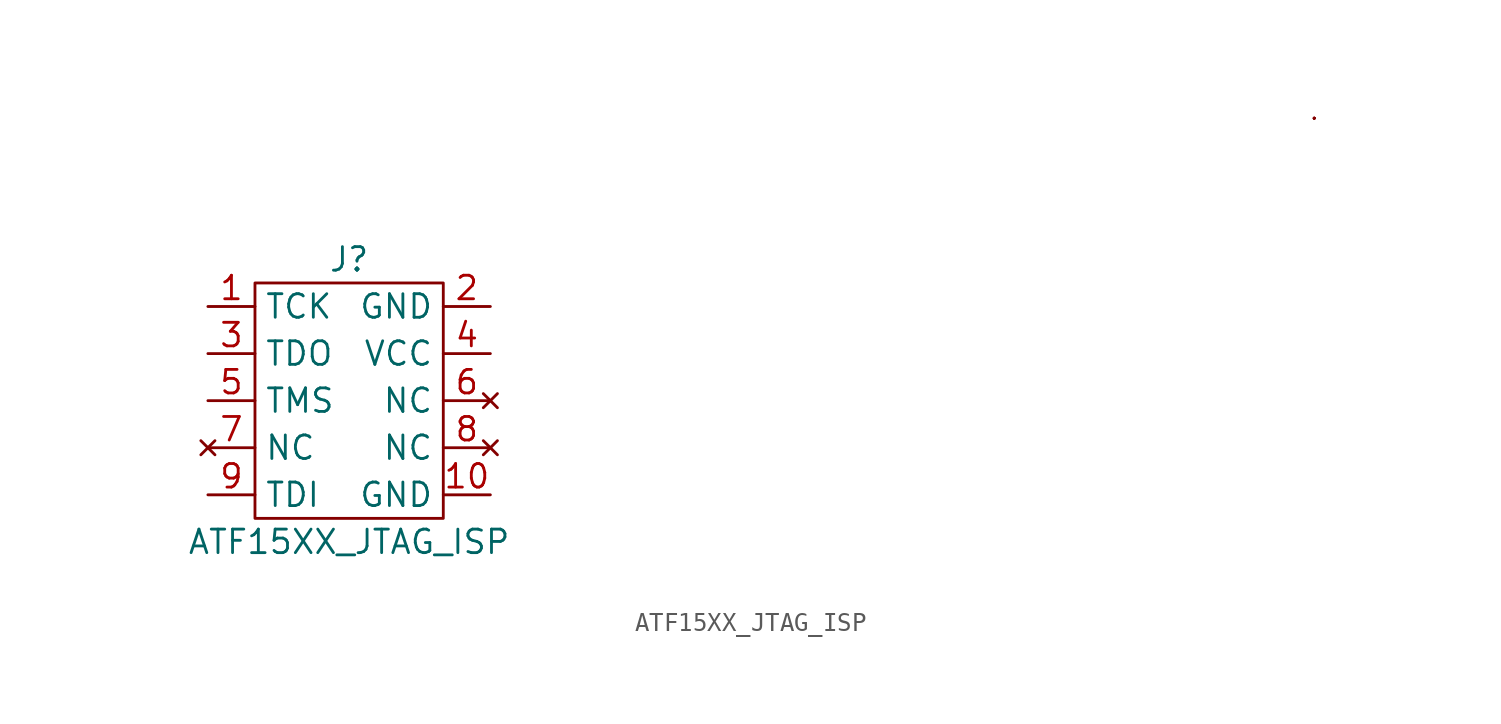
<source format=kicad_sym>
(kicad_symbol_lib
  (version 20211014)
  (generator kicad_symbol_editor)
  (symbol "ATF15XX_JTAG_ISP"
    (property "Reference" "J"
      (at 0 7.62 0)
      (effects (font (size 1.27 1.27))))
    (property "Value" "ATF15XX_JTAG_ISP"
      (at 0 -7.62 0)
      (effects (font (size 1.27 1.27))))
    (symbol "ATF15XX_JTAG_ISP_0_1"
      (rectangle (start -5.08 6.35) (end 5.08 -6.35) (stroke (width 0) (type default) (color 0 0 0 0)) (fill (type none)))
      (rectangle (start 52.07 15.24) (end 52.07 15.24) (stroke (width 0) (type default) (color 0 0 0 0)) (fill (type none)))
      (rectangle (start 52.07 15.24) (end 52.07 15.24) (stroke (width 0) (type default) (color 0 0 0 0)) (fill (type none)))
      (rectangle (start 52.07 15.24) (end 52.07 15.24) (stroke (width 0) (type default) (color 0 0 0 0)) (fill (type none)))
      (rectangle (start 52.07 15.24) (end 52.07 15.24) (stroke (width 0) (type default) (color 0 0 0 0)) (fill (type none)))
      (rectangle (start 52.07 15.24) (end 52.07 15.24) (stroke (width 0) (type default) (color 0 0 0 0)) (fill (type none)))
      (rectangle (start 52.07 15.24) (end 52.07 15.24) (stroke (width 0) (type default) (color 0 0 0 0)) (fill (type none))))
    (symbol "ATF15XX_JTAG_ISP_1_1"
      (pin output line (at -7.62 5.08 0) (length 2.54) (name "TCK" (effects (font (size 1.27 1.27)))) (number "1" (effects (font (size 1.27 1.27)))))
      (pin power_out line (at 7.62 -5.08 180) (length 2.54) (name "GND" (effects (font (size 1.27 1.27)))) (number "10" (effects (font (size 1.27 1.27)))))
      (pin power_out line (at 7.62 5.08 180) (length 2.54) (name "GND" (effects (font (size 1.27 1.27)))) (number "2" (effects (font (size 1.27 1.27)))))
      (pin input line (at -7.62 2.54 0) (length 2.54) (name "TDO" (effects (font (size 1.27 1.27)))) (number "3" (effects (font (size 1.27 1.27)))))
      (pin power_in line (at 7.62 2.54 180) (length 2.54) (name "VCC" (effects (font (size 1.27 1.27)))) (number "4" (effects (font (size 1.27 1.27)))))
      (pin output line (at -7.62 0 0) (length 2.54) (name "TMS" (effects (font (size 1.27 1.27)))) (number "5" (effects (font (size 1.27 1.27)))))
      (pin no_connect line (at 7.62 0 180) (length 2.54) (name "NC" (effects (font (size 1.27 1.27)))) (number "6" (effects (font (size 1.27 1.27)))))
      (pin no_connect line (at -7.62 -2.54 0) (length 2.54) (name "NC" (effects (font (size 1.27 1.27)))) (number "7" (effects (font (size 1.27 1.27)))))
      (pin no_connect line (at 7.62 -2.54 180) (length 2.54) (name "NC" (effects (font (size 1.27 1.27)))) (number "8" (effects (font (size 1.27 1.27)))))
      (pin output line (at -7.62 -5.08 0) (length 2.54) (name "TDI" (effects (font (size 1.27 1.27)))) (number "9" (effects (font (size 1.27 1.27))))))))
</source>
